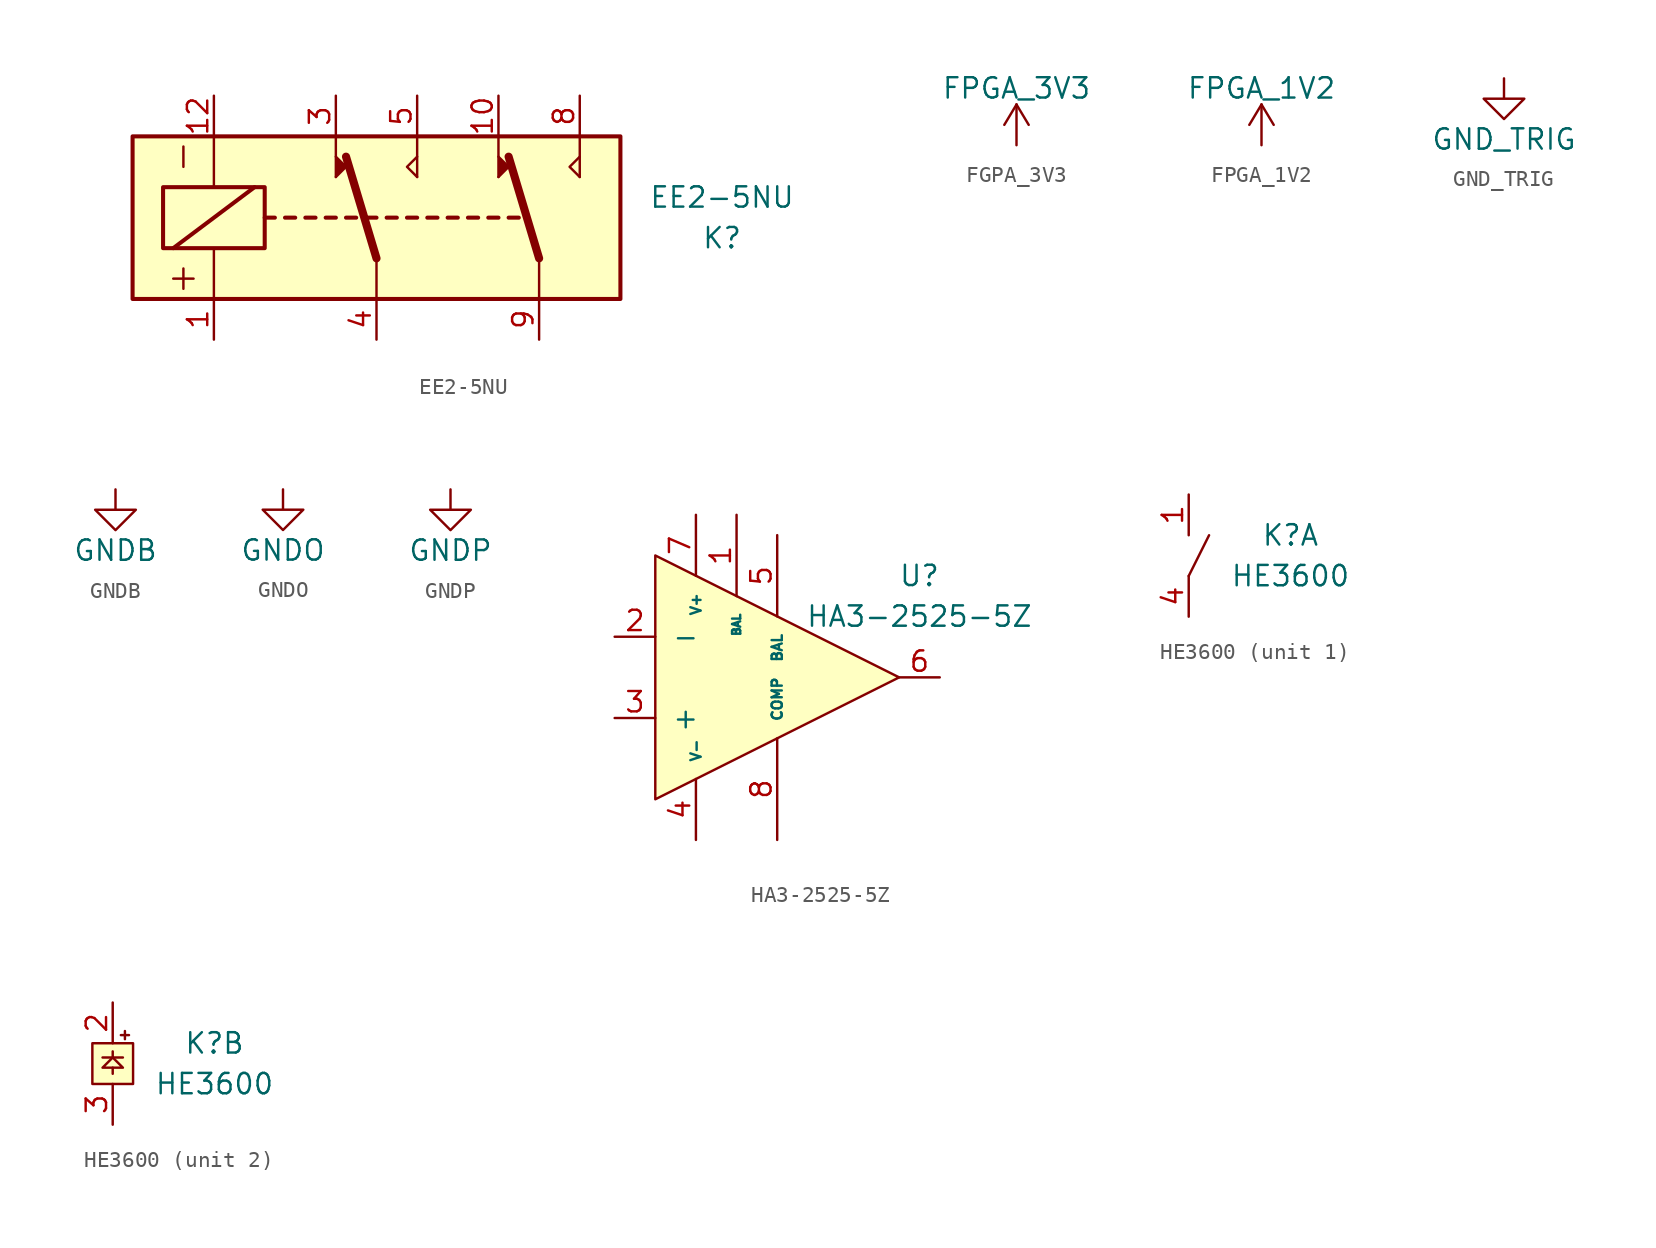
<source format=kicad_sym>
(kicad_symbol_lib
  (version 20220914)
  (generator kicad_symbol_editor)
  (symbol "EE2-5NU"
    (pin_names
      (offset 1.016))
    (property "Reference" "K"
      (at 21.59 -1.27 0)
      (effects (font (size 1.27 1.27))))
    (property "Value" "EE2-5NU"
      (at 21.59 1.27 0)
      (effects (font (size 1.27 1.27))))
    (symbol "EE2-5NU_0_1"
      (polyline (pts (xy -12.7 -3.81) (xy -11.43 -3.81)) (stroke (width 0) (type default)) (fill (type none)))
      (polyline (pts (xy -12.065 -3.175) (xy -12.065 -4.445)) (stroke (width 0) (type default)) (fill (type none)))
      (polyline (pts (xy -12.065 4.445) (xy -12.065 3.175)) (stroke (width 0) (type default)) (fill (type none))))
    (symbol "EE2-5NU_1_1"
      (rectangle (start -15.24 5.08) (end 15.24 -5.08) (stroke (width 0.254) (type default)) (fill (type background)))
      (rectangle (start -13.335 1.905) (end -6.985 -1.905) (stroke (width 0.254) (type default)) (fill (type none)))
      (polyline (pts (xy -12.7 -1.905) (xy -7.62 1.905)) (stroke (width 0.254) (type default)) (fill (type none)))
      (polyline (pts (xy -10.16 -5.08) (xy -10.16 -1.905)) (stroke (width 0) (type default)) (fill (type none)))
      (polyline (pts (xy -10.16 5.08) (xy -10.16 1.905)) (stroke (width 0) (type default)) (fill (type none)))
      (polyline (pts (xy -6.985 0) (xy -6.35 0)) (stroke (width 0.254) (type default)) (fill (type none)))
      (polyline (pts (xy -5.715 0) (xy -5.08 0)) (stroke (width 0.254) (type default)) (fill (type none)))
      (polyline (pts (xy -4.445 0) (xy -3.81 0)) (stroke (width 0.254) (type default)) (fill (type none)))
      (polyline (pts (xy -3.175 0) (xy -2.54 0)) (stroke (width 0.254) (type default)) (fill (type none)))
      (polyline (pts (xy -2.54 2.54) (xy -2.54 5.08)) (stroke (width 0) (type default)) (fill (type none)))
      (polyline (pts (xy -1.905 0) (xy -1.27 0)) (stroke (width 0.254) (type default)) (fill (type none)))
      (polyline (pts (xy -0.635 0) (xy 0 0)) (stroke (width 0.254) (type default)) (fill (type none)))
      (polyline (pts (xy 0 -2.54) (xy -1.905 3.81)) (stroke (width 0.508) (type default)) (fill (type none)))
      (polyline (pts (xy 0 -2.54) (xy 0 -5.08)) (stroke (width 0) (type default)) (fill (type none)))
      (polyline (pts (xy 0.635 0) (xy 1.27 0)) (stroke (width 0.254) (type default)) (fill (type none)))
      (polyline (pts (xy 1.905 0) (xy 2.54 0)) (stroke (width 0.254) (type default)) (fill (type none)))
      (polyline (pts (xy 2.54 2.54) (xy 2.54 5.08)) (stroke (width 0) (type default)) (fill (type none)))
      (polyline (pts (xy 3.175 0) (xy 3.81 0)) (stroke (width 0.254) (type default)) (fill (type none)))
      (polyline (pts (xy 4.445 0) (xy 5.08 0)) (stroke (width 0.254) (type default)) (fill (type none)))
      (polyline (pts (xy 5.715 0) (xy 6.35 0)) (stroke (width 0.254) (type default)) (fill (type none)))
      (polyline (pts (xy 6.985 0) (xy 7.62 0)) (stroke (width 0.254) (type default)) (fill (type none)))
      (polyline (pts (xy 7.62 2.54) (xy 7.62 5.08)) (stroke (width 0) (type default)) (fill (type none)))
      (polyline (pts (xy 8.255 0) (xy 8.89 0)) (stroke (width 0.254) (type default)) (fill (type none)))
      (polyline (pts (xy 10.16 -2.54) (xy 8.255 3.81)) (stroke (width 0.508) (type default)) (fill (type none)))
      (polyline (pts (xy 10.16 -2.54) (xy 10.16 -5.08)) (stroke (width 0) (type default)) (fill (type none)))
      (polyline (pts (xy 12.7 2.54) (xy 12.7 5.08)) (stroke (width 0) (type default)) (fill (type none)))
      (polyline (pts (xy -2.54 2.54) (xy -1.905 3.175) (xy -2.54 3.81)) (stroke (width 0) (type default)) (fill (type outline)))
      (polyline (pts (xy 2.54 2.54) (xy 1.905 3.175) (xy 2.54 3.81)) (stroke (width 0) (type default)) (fill (type none)))
      (polyline (pts (xy 7.62 2.54) (xy 8.255 3.175) (xy 7.62 3.81)) (stroke (width 0) (type default)) (fill (type outline)))
      (polyline (pts (xy 12.7 2.54) (xy 12.065 3.175) (xy 12.7 3.81)) (stroke (width 0) (type default)) (fill (type none)))
      (pin passive line (at -10.16 -7.62 90) (length 2.54) (name "~" (effects (font (size 1.27 1.27)))) (number "1" (effects (font (size 1.27 1.27)))))
      (pin passive line (at 7.62 7.62 270) (length 2.54) (name "~" (effects (font (size 1.27 1.27)))) (number "10" (effects (font (size 1.27 1.27)))))
      (pin passive line (at -10.16 7.62 270) (length 2.54) (name "~" (effects (font (size 1.27 1.27)))) (number "12" (effects (font (size 1.27 1.27)))))
      (pin passive line (at -2.54 7.62 270) (length 2.54) (name "~" (effects (font (size 1.27 1.27)))) (number "3" (effects (font (size 1.27 1.27)))))
      (pin passive line (at 0 -7.62 90) (length 2.54) (name "~" (effects (font (size 1.27 1.27)))) (number "4" (effects (font (size 1.27 1.27)))))
      (pin no_connect non_logic (at -5.08 -5.08 270) (length 0) hide (name "~" (effects (font (size 1.27 1.27)))) (number "5" (effects (font (size 1.27 1.27)))))
      (pin passive line (at 2.54 7.62 270) (length 2.54) (name "~" (effects (font (size 1.27 1.27)))) (number "5" (effects (font (size 1.27 1.27)))))
      (pin no_connect non_logic (at 5.08 -5.08 270) (length 0) hide (name "~" (effects (font (size 1.27 1.27)))) (number "6" (effects (font (size 1.27 1.27)))))
      (pin passive line (at 12.7 7.62 270) (length 2.54) (name "~" (effects (font (size 1.27 1.27)))) (number "8" (effects (font (size 1.27 1.27)))))
      (pin passive line (at 10.16 -7.62 90) (length 2.54) (name "~" (effects (font (size 1.27 1.27)))) (number "9" (effects (font (size 1.27 1.27)))))))
  (symbol "FGPA_3V3"
    (power)
    (pin_names
      (offset 0))
    (property "Reference" "#PWR"
      (at 0 -3.81 0)
      (effects (font (size 1.27 1.27)) hide))
    (property "Value" "FPGA_3V3"
      (at 0 3.556 0)
      (effects (font (size 1.27 1.27))))
    (symbol "FGPA_3V3_0_1"
      (polyline (pts (xy -0.762 1.27) (xy 0 2.54)) (stroke (width 0) (type default)) (fill (type none)))
      (polyline (pts (xy 0 0) (xy 0 2.54)) (stroke (width 0) (type default)) (fill (type none)))
      (polyline (pts (xy 0 2.54) (xy 0.762 1.27)) (stroke (width 0) (type default)) (fill (type none))))
    (symbol "FGPA_3V3_1_1"
      (pin power_in line (at 0 0 90) (length 0) hide (name "FPGA_3V3" (effects (font (size 1.27 1.27)))) (number "1" (effects (font (size 1.27 1.27)))))))
  (symbol "FPGA_1V2"
    (power)
    (pin_names
      (offset 0))
    (property "Reference" "#PWR"
      (at 0 -3.81 0)
      (effects (font (size 1.27 1.27)) hide))
    (property "Value" "FPGA_1V2"
      (at 0 3.556 0)
      (effects (font (size 1.27 1.27))))
    (symbol "FPGA_1V2_0_1"
      (polyline (pts (xy -0.762 1.27) (xy 0 2.54)) (stroke (width 0) (type default)) (fill (type none)))
      (polyline (pts (xy 0 0) (xy 0 2.54)) (stroke (width 0) (type default)) (fill (type none)))
      (polyline (pts (xy 0 2.54) (xy 0.762 1.27)) (stroke (width 0) (type default)) (fill (type none))))
    (symbol "FPGA_1V2_1_1"
      (pin power_in line (at 0 0 90) (length 0) hide (name "FPGA_1V2" (effects (font (size 1.27 1.27)))) (number "1" (effects (font (size 1.27 1.27)))))))
  (symbol "GND_TRIG"
    (power)
    (pin_names
      (offset 0))
    (property "Reference" "#PWR"
      (at 0 -6.35 0)
      (effects (font (size 1.27 1.27)) hide))
    (property "Value" "GND_TRIG"
      (at 0 -3.81 0)
      (effects (font (size 1.27 1.27))))
    (symbol "GND_TRIG_0_1"
      (polyline (pts (xy 0 0) (xy 0 -1.27) (xy 1.27 -1.27) (xy 0 -2.54) (xy -1.27 -1.27) (xy 0 -1.27)) (stroke (width 0) (type default)) (fill (type none))))
    (symbol "GND_TRIG_1_1"
      (pin power_in line (at 0 0 270) (length 0) hide (name "GND_TRIG" (effects (font (size 1.27 1.27)))) (number "1" (effects (font (size 1.27 1.27)))))))
  (symbol "GNDB"
    (power)
    (pin_names
      (offset 0))
    (property "Reference" "#PWR"
      (at 0 -6.35 0)
      (effects (font (size 1.27 1.27)) hide))
    (property "Value" "GNDB"
      (at 0 -3.81 0)
      (effects (font (size 1.27 1.27))))
    (symbol "GNDB_0_1"
      (polyline (pts (xy 0 0) (xy 0 -1.27) (xy 1.27 -1.27) (xy 0 -2.54) (xy -1.27 -1.27) (xy 0 -1.27)) (stroke (width 0) (type default)) (fill (type none))))
    (symbol "GNDB_1_1"
      (pin power_in line (at 0 0 270) (length 0) hide (name "GNDB" (effects (font (size 1.27 1.27)))) (number "1" (effects (font (size 1.27 1.27)))))))
  (symbol "GNDO"
    (power)
    (pin_names
      (offset 0))
    (property "Reference" "#PWR"
      (at 0 -6.35 0)
      (effects (font (size 1.27 1.27)) hide))
    (property "Value" "GNDO"
      (at 0 -3.81 0)
      (effects (font (size 1.27 1.27))))
    (symbol "GNDO_0_1"
      (polyline (pts (xy 0 0) (xy 0 -1.27) (xy 1.27 -1.27) (xy 0 -2.54) (xy -1.27 -1.27) (xy 0 -1.27)) (stroke (width 0) (type default)) (fill (type none))))
    (symbol "GNDO_1_1"
      (pin power_in line (at 0 0 270) (length 0) hide (name "GNDO" (effects (font (size 1.27 1.27)))) (number "1" (effects (font (size 1.27 1.27)))))))
  (symbol "GNDP"
    (power)
    (pin_names
      (offset 0))
    (property "Reference" "#PWR"
      (at 0 -6.35 0)
      (effects (font (size 1.27 1.27)) hide))
    (property "Value" "GNDP"
      (at 0 -3.81 0)
      (effects (font (size 1.27 1.27))))
    (symbol "GNDP_0_1"
      (polyline (pts (xy 0 0) (xy 0 -1.27) (xy 1.27 -1.27) (xy 0 -2.54) (xy -1.27 -1.27) (xy 0 -1.27)) (stroke (width 0) (type default)) (fill (type none))))
    (symbol "GNDP_1_1"
      (pin power_in line (at 0 0 270) (length 0) hide (name "GNDP" (effects (font (size 1.27 1.27)))) (number "1" (effects (font (size 1.27 1.27)))))))
  (symbol "HA3-2525-5Z"
    (pin_names
      (offset 1.016))
    (property "Reference" "U"
      (at 11.43 6.35 0)
      (effects (font (size 1.27 1.27))))
    (property "Value" "HA3-2525-5Z"
      (at 11.43 3.81 0)
      (effects (font (size 1.27 1.27))))
    (symbol "HA3-2525-5Z_1_1"
      (polyline (pts (xy -5.08 7.62) (xy -5.08 -7.62) (xy 10.16 0) (xy -5.08 7.62)) (stroke (width 0) (type default)) (fill (type background)))
      (pin input line (at 0 10.16 270) (length 5.08) (name "BAL" (effects (font (size 0.508 0.508)))) (number "1" (effects (font (size 1.27 1.27)))))
      (pin input line (at -7.62 2.54 0) (length 2.54) (name "-" (effects (font (size 1.27 1.27)))) (number "2" (effects (font (size 1.27 1.27)))))
      (pin input line (at -7.62 -2.54 0) (length 2.54) (name "+" (effects (font (size 1.27 1.27)))) (number "3" (effects (font (size 1.27 1.27)))))
      (pin passive line (at -2.54 -10.16 90) (length 3.81) (name "V-" (effects (font (size 0.635 0.635)))) (number "4" (effects (font (size 1.27 1.27)))))
      (pin input line (at 2.54 8.89 270) (length 5.08) (name "BAL" (effects (font (size 0.635 0.635)))) (number "5" (effects (font (size 1.27 1.27)))))
      (pin output line (at 12.7 0 180) (length 2.54) (name "~" (effects (font (size 1.27 1.27)))) (number "6" (effects (font (size 1.27 1.27)))))
      (pin passive line (at -2.54 10.16 270) (length 3.81) (name "V+" (effects (font (size 0.635 0.635)))) (number "7" (effects (font (size 1.27 1.27)))))
      (pin input line (at 2.54 -10.16 90) (length 6.35) (name "COMP" (effects (font (size 0.635 0.635)))) (number "8" (effects (font (size 1.27 1.27)))))))
  (symbol "HE3600"
    (pin_names
      (offset 1.016))
    (property "Reference" "K"
      (at 6.35 1.27 0)
      (effects (font (size 1.27 1.27))))
    (property "Value" "HE3600"
      (at 6.35 -1.27 0)
      (effects (font (size 1.27 1.27))))
    (symbol "HE3600_1_1"
      (polyline (pts (xy 0 -1.27) (xy 1.27 1.27)) (stroke (width 0) (type default)) (fill (type none)))
      (pin passive line (at 0 3.81 270) (length 2.54) (name "~" (effects (font (size 1.27 1.27)))) (number "1" (effects (font (size 1.27 1.27)))))
      (pin passive line (at 0 -3.81 90) (length 2.54) (name "~" (effects (font (size 1.27 1.27)))) (number "4" (effects (font (size 1.27 1.27))))))
    (symbol "HE3600_2_1"
      (polyline (pts (xy 0 -0.254) (xy 0 -0.635)) (stroke (width 0) (type default)) (fill (type none)))
      (polyline (pts (xy 0 0.381) (xy 0 0.762)) (stroke (width 0) (type default)) (fill (type none)))
      (polyline (pts (xy 0.508 1.778) (xy 1.016 1.778)) (stroke (width 0) (type default)) (fill (type none)))
      (polyline (pts (xy 0.635 0.381) (xy -0.635 0.381)) (stroke (width 0) (type default)) (fill (type none)))
      (polyline (pts (xy 0.762 2.032) (xy 0.762 1.524)) (stroke (width 0) (type default)) (fill (type none)))
      (polyline (pts (xy 0.635 -0.254) (xy -0.635 -0.254) (xy 0 0.381) (xy 0.635 -0.254)) (stroke (width 0) (type default)) (fill (type none)))
      (rectangle (start 1.27 1.27) (end -1.27 -1.27) (stroke (width 0) (type default)) (fill (type background)))
      (pin passive line (at 0 3.81 270) (length 2.54) (name "~" (effects (font (size 1.27 1.27)))) (number "2" (effects (font (size 1.27 1.27)))))
      (pin passive line (at 0 -3.81 90) (length 2.54) (name "~" (effects (font (size 1.27 1.27)))) (number "3" (effects (font (size 1.27 1.27))))))))
</source>
